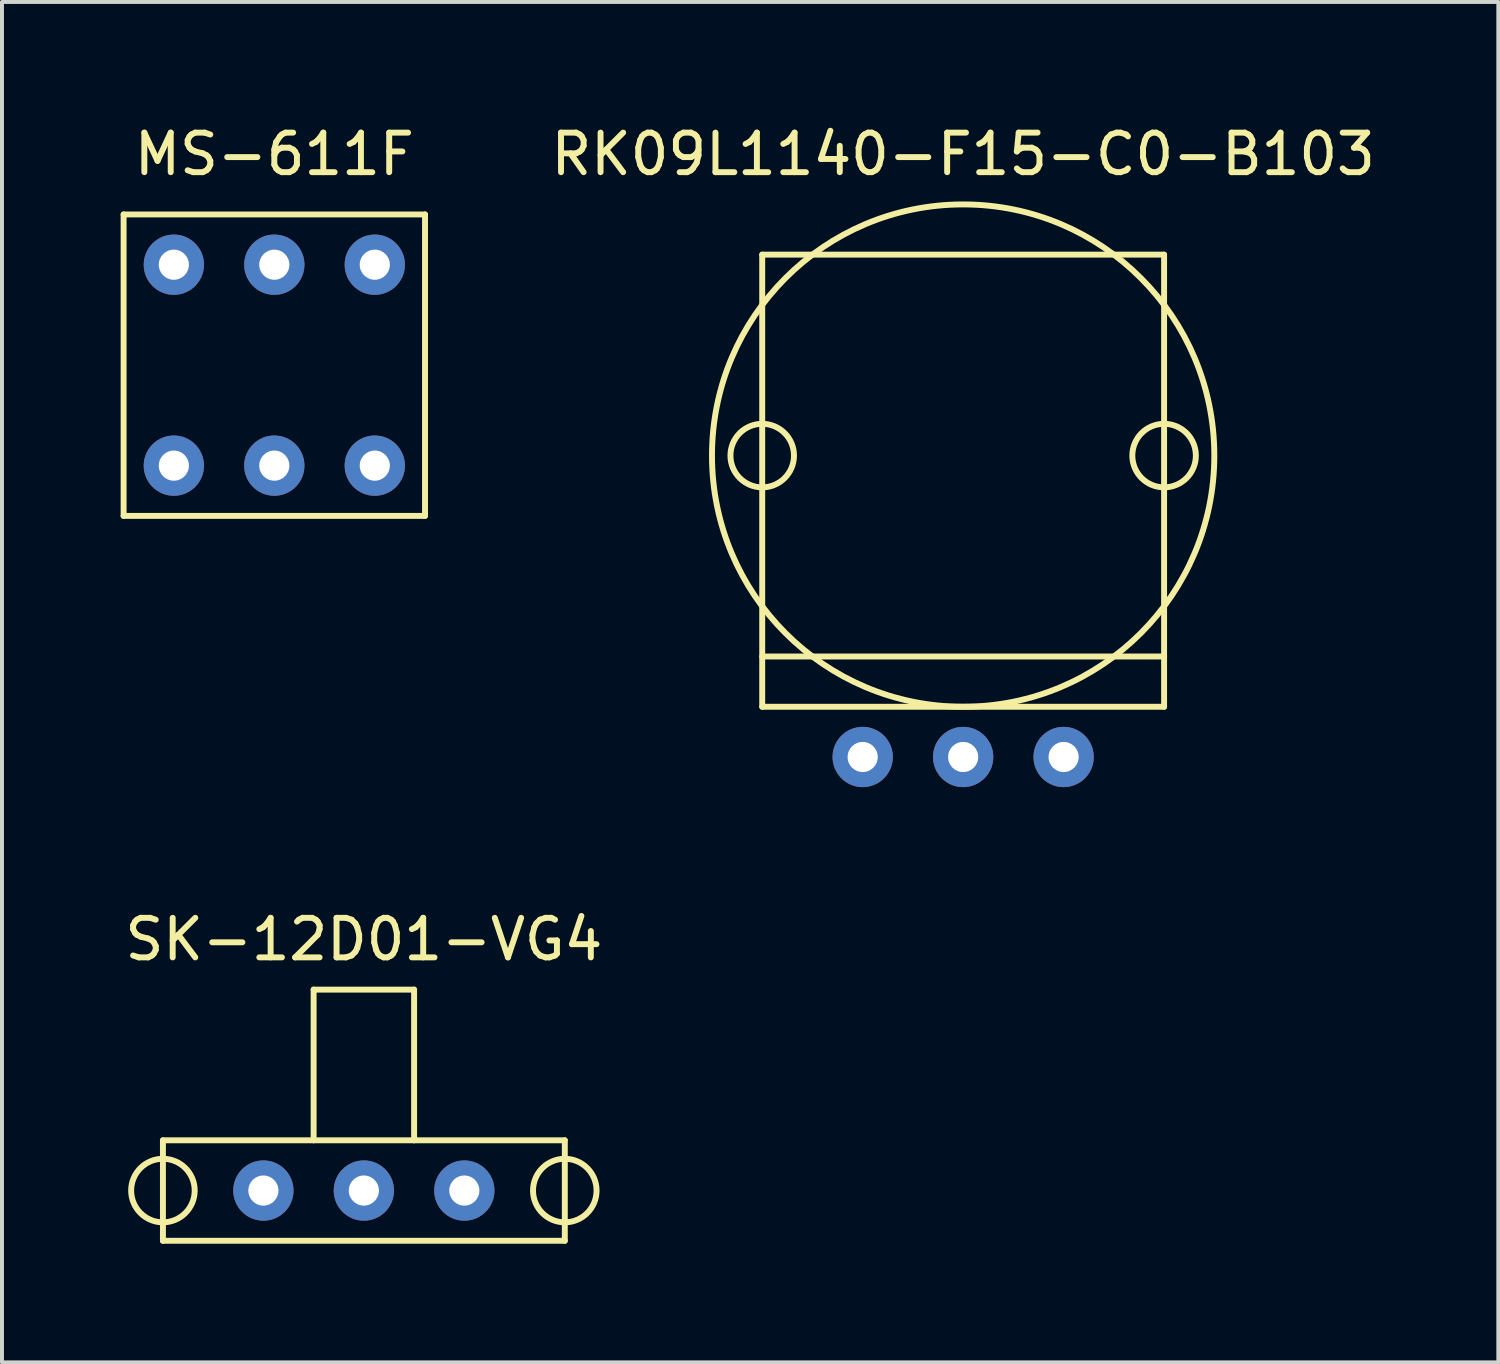
<source format=kicad_pcb>
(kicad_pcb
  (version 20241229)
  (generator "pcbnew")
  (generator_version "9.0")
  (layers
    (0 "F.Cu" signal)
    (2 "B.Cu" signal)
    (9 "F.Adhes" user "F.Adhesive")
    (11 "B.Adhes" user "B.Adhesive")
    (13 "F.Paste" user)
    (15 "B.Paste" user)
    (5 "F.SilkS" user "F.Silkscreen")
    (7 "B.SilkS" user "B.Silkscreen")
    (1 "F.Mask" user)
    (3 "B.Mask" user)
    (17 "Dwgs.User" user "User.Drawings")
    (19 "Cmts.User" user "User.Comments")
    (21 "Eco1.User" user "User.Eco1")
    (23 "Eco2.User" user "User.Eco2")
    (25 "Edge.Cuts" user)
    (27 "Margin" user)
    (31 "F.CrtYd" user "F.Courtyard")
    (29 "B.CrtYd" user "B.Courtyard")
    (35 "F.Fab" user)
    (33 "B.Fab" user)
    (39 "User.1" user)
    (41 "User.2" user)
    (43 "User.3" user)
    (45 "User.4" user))
  (footprint "SK-12D01-VG4"
    (layer "F.Cu")
    (at 6.149 24.509)
    (property "Reference" "SK-12D01-VG4" (at 0 -3.81 0) (layer "F.SilkS") (effects (font (size 1 1) (thickness 0.15))))
    (attr through_hole)
    (fp_line (start -5.08 1.27) (end -5.08 3.81) (stroke (width 0.15) (type solid)) (layer "F.SilkS"))
    (fp_line (start -5.08 3.81) (end 5.08 3.81) (stroke (width 0.15) (type solid)) (layer "F.SilkS"))
    (fp_line (start -1.27 -2.54) (end 1.27 -2.54) (stroke (width 0.15) (type solid)) (layer "F.SilkS"))
    (fp_line (start -1.27 1.27) (end -1.27 -2.54) (stroke (width 0.15) (type solid)) (layer "F.SilkS"))
    (fp_line (start 1.27 -2.54) (end 1.27 1.27) (stroke (width 0.15) (type solid)) (layer "F.SilkS"))
    (fp_line (start 5.08 1.27) (end -5.08 1.27) (stroke (width 0.15) (type solid)) (layer "F.SilkS"))
    (fp_line (start 5.08 3.81) (end 5.08 1.27) (stroke (width 0.15) (type solid)) (layer "F.SilkS"))
    (fp_circle (center -5.08 2.54) (end -4.826 3.302) (stroke (width 0.15) (type solid)) (fill no) (layer "F.SilkS"))
    (fp_circle (center 5.08 2.54) (end 5.334 3.302) (stroke (width 0.15) (type solid)) (fill no) (layer "F.SilkS"))
    (pad "1" thru_hole circle (at -2.54 2.54) (size 1.524 1.524) (drill 0.762) (layers "*.Cu" "*.Mask"))
    (pad "2" thru_hole circle (at 0 2.54) (size 1.524 1.524) (drill 0.762) (layers "*.Cu" "*.Mask"))
    (pad "3" thru_hole circle (at 2.54 2.54) (size 1.524 1.524) (drill 0.762) (layers "*.Cu" "*.Mask")))
  (footprint "MS-611F"
    (layer "F.Cu")
    (at 3.885 2.372)
    (property "Reference" "MS-611F" (at 0 -1.524 0) (layer "F.SilkS") (effects (font (size 1 1) (thickness 0.15))))
    (attr through_hole)
    (fp_line (start -3.81 0) (end 3.81 0) (stroke (width 0.15) (type solid)) (layer "F.SilkS"))
    (fp_line (start -3.81 7.62) (end -3.81 0) (stroke (width 0.15) (type solid)) (layer "F.SilkS"))
    (fp_line (start 3.81 0) (end 3.81 7.62) (stroke (width 0.15) (type solid)) (layer "F.SilkS"))
    (fp_line (start 3.81 7.62) (end -3.81 7.62) (stroke (width 0.15) (type solid)) (layer "F.SilkS"))
    (pad "1" thru_hole circle (at -2.54 1.27) (size 1.524 1.524) (drill 0.762) (layers "*.Cu" "*.Mask"))
    (pad "1" thru_hole circle (at -2.54 6.35) (size 1.524 1.524) (drill 0.762) (layers "*.Cu" "*.Mask"))
    (pad "2" thru_hole circle (at 0 1.27) (size 1.524 1.524) (drill 0.762) (layers "*.Cu" "*.Mask"))
    (pad "2" thru_hole circle (at 0 6.35) (size 1.524 1.524) (drill 0.762) (layers "*.Cu" "*.Mask"))
    (pad "3" thru_hole circle (at 2.54 1.27) (size 1.524 1.524) (drill 0.762) (layers "*.Cu" "*.Mask"))
    (pad "3" thru_hole circle (at 2.54 6.35) (size 1.524 1.524) (drill 0.762) (layers "*.Cu" "*.Mask")))
  (footprint "RK09L1140-F15-C0-B103"
    (layer "F.Cu")
    (at 21.3 11.008)
    (property "Reference" "RK09L1140-F15-C0-B103" (at 0 -10.16 0) (layer "F.SilkS") (effects (font (size 1 1) (thickness 0.15))))
    (attr through_hole)
    (fp_line (start -5.08 -7.62) (end -5.08 3.81) (stroke (width 0.15) (type solid)) (layer "F.SilkS"))
    (fp_line (start -5.08 2.54) (end 5.08 2.54) (stroke (width 0.15) (type solid)) (layer "F.SilkS"))
    (fp_line (start -5.08 3.81) (end 5.08 3.81) (stroke (width 0.15) (type solid)) (layer "F.SilkS"))
    (fp_line (start 5.08 -7.62) (end -5.08 -7.62) (stroke (width 0.15) (type solid)) (layer "F.SilkS"))
    (fp_line (start 5.08 -6.35) (end 5.08 -7.62) (stroke (width 0.15) (type solid)) (layer "F.SilkS"))
    (fp_line (start 5.08 3.81) (end 5.08 -6.35) (stroke (width 0.15) (type solid)) (layer "F.SilkS"))
    (fp_circle (center -5.08 -2.54) (end -4.826 -1.778) (stroke (width 0.15) (type solid)) (fill no) (layer "F.SilkS"))
    (fp_circle (center 0 -2.54) (end 5.08 1.27) (stroke (width 0.15) (type solid)) (fill no) (layer "F.SilkS"))
    (fp_circle (center 5.08 -2.54) (end 5.334 -1.778) (stroke (width 0.15) (type solid)) (fill no) (layer "F.SilkS"))
    (pad "1" thru_hole circle (at -2.54 5.08) (size 1.524 1.524) (drill 0.762) (layers "*.Cu" "*.Mask"))
    (pad "2" thru_hole circle (at 0 5.08) (size 1.524 1.524) (drill 0.762) (layers "*.Cu" "*.Mask"))
    (pad "3" thru_hole circle (at 2.54 5.08) (size 1.524 1.524) (drill 0.762) (layers "*.Cu" "*.Mask")))
  (gr_rect
    (start -3 -3)
    (end 34.83 31.393)
    (stroke (width 0.1) (type default))
    (fill no)
    (layer "Edge.Cuts")))
</source>
